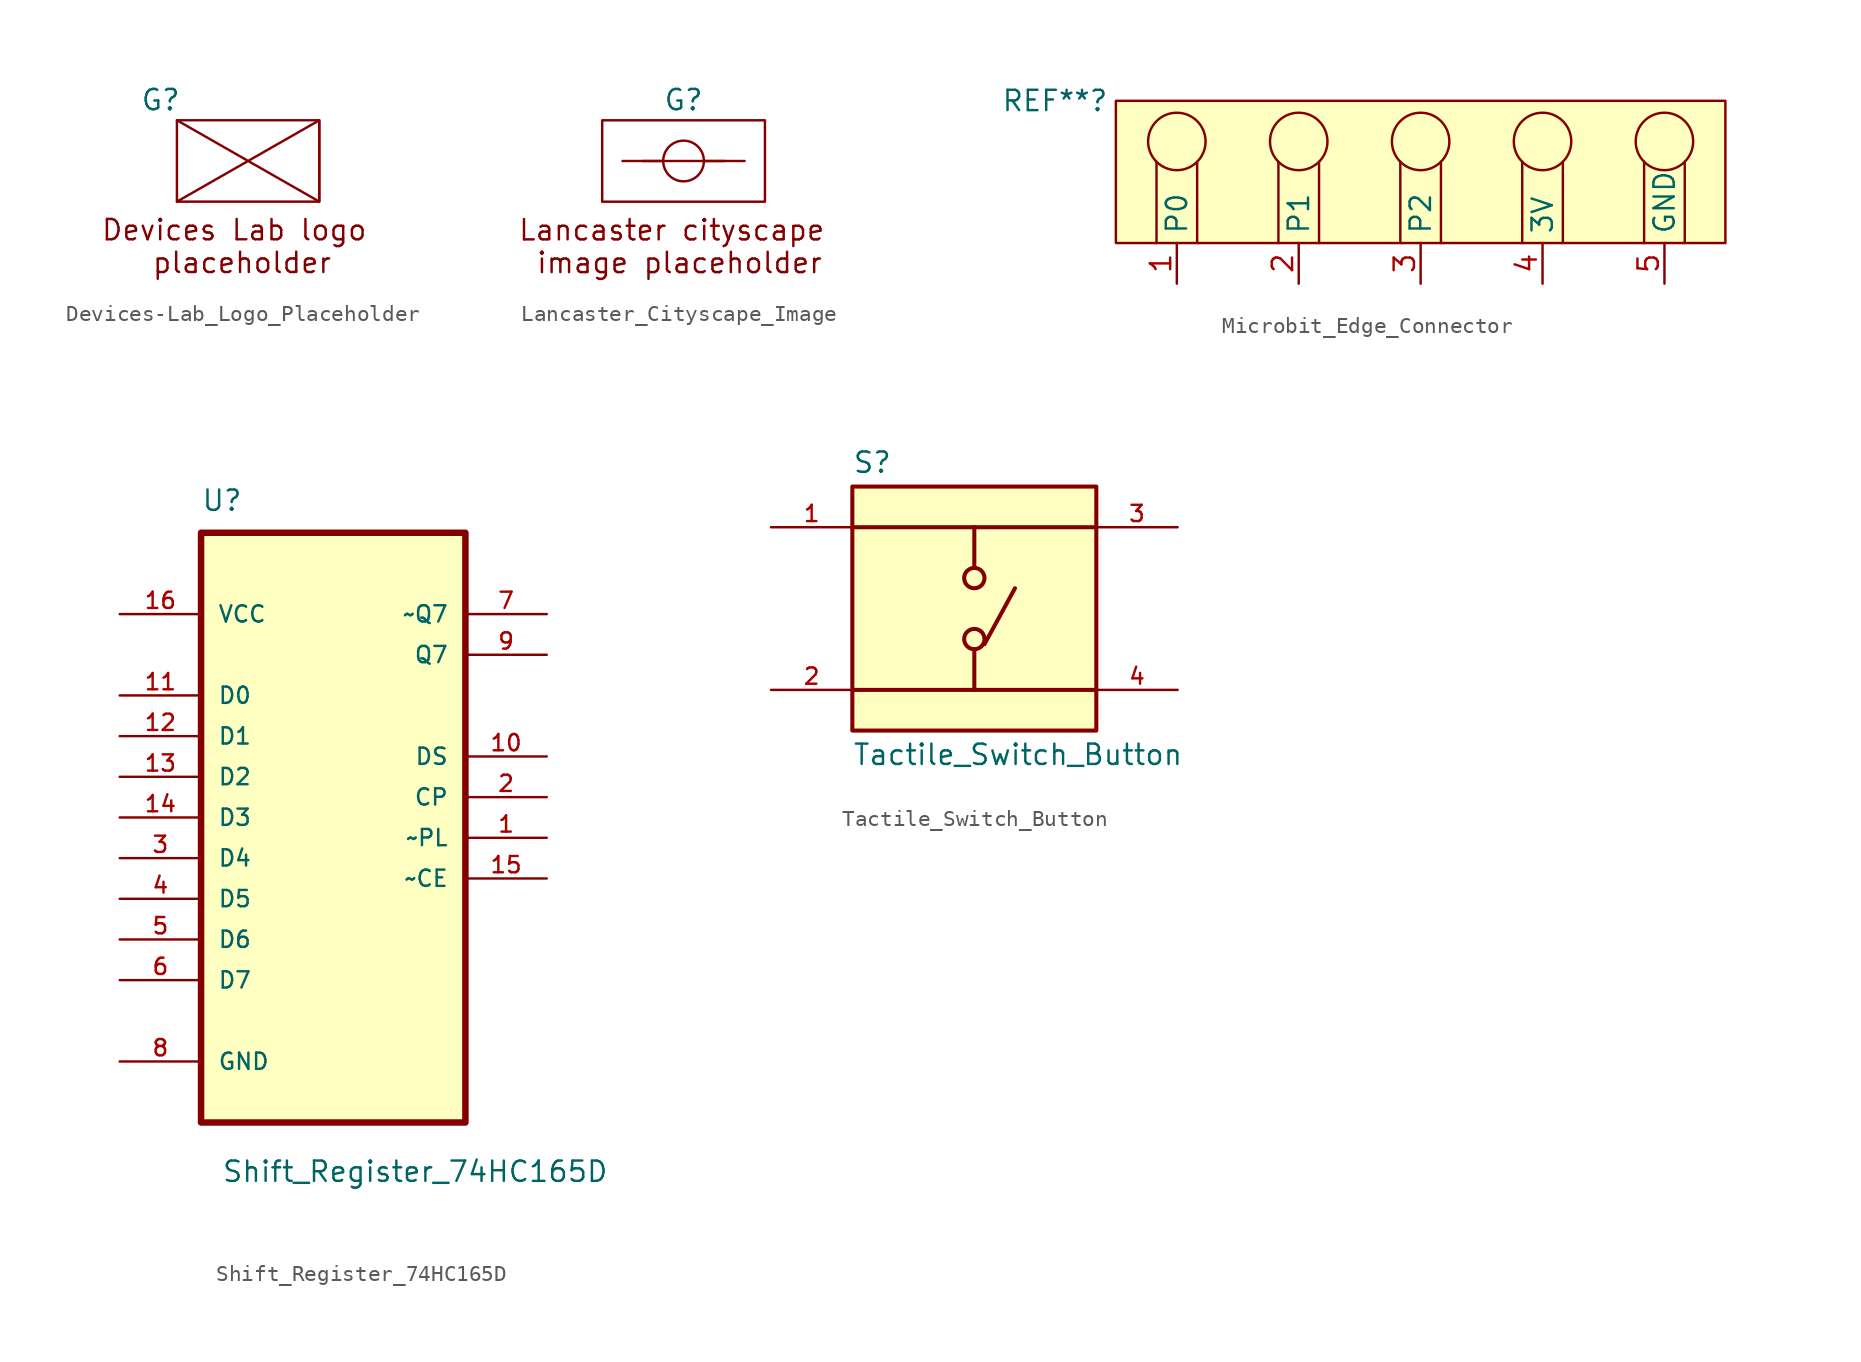
<source format=kicad_sym>
(kicad_symbol_lib
  (version 20231120)
  (generator "kicad_symbol_editor")
  (generator_version "8.0")
  (symbol "Devices-Lab_Logo_Placeholder"
    (property "Reference" "G"
      (at -4.826 0 0)
      (effects (font (size 1.27 1.27))))
    (property "Value" ""
      (at 0 0 0)
      (effects (font (size 1.27 1.27))))
    (symbol "Devices-Lab_Logo_Placeholder_0_1"
      (rectangle (start -3.81 -1.27) (end 5.08 -6.35) (stroke (width 0) (type default)) (fill (type none)))
      (polyline (pts (xy -3.81 -1.27) (xy 5.08 -6.35) (xy 5.08 -1.27) (xy -3.81 -6.35)) (stroke (width 0) (type default)) (fill (type none))))
    (symbol "Devices-Lab_Logo_Placeholder_1_1"
      (text "Devices Lab logo \nplaceholder" (at 0.254 -9.144 0) (effects (font (size 1.27 1.27))))))
  (symbol "Lancaster_Cityscape_Image"
    (property "Reference" "G"
      (at 0 0 0)
      (effects (font (size 1.27 1.27))))
    (property "Value" ""
      (at 0 0 0)
      (effects (font (size 1.27 1.27))))
    (symbol "Lancaster_Cityscape_Image_0_1"
      (rectangle (start -5.08 -1.27) (end 5.08 -6.35) (stroke (width 0) (type default)) (fill (type none))))
    (symbol "Lancaster_Cityscape_Image_1_1"
      (circle (center 0 -3.81) (radius 1.27) (stroke (width 0) (type default)) (fill (type none)))
      (polyline (pts (xy -1.27 -3.81) (xy -2.54 -3.81)) (stroke (width 0) (type default)) (fill (type none)))
      (polyline (pts (xy 2.54 -3.81) (xy 1.27 -3.81)) (stroke (width 0) (type default)) (fill (type none)))
      (polyline (pts (xy -2.54 -3.81) (xy -3.81 -3.81) (xy 2.54 -3.81) (xy 3.81 -3.81)) (stroke (width 0) (type default)) (fill (type none)))
      (text "Lancaster cityscape \nimage placeholder" (at -0.254 -9.144 0) (effects (font (size 1.27 1.27))))))
  (symbol "Microbit_Edge_Connector"
    (property "Reference" "REF**"
      (at -22.86 5.08 0)
      (effects (font (size 1.27 1.27))))
    (property "Value" ""
      (at 0 1.27 0)
      (effects (font (size 1.27 1.27))))
    (symbol "Microbit_Edge_Connector_0_1"
      (circle (center -15.24 2.54) (radius 1.796) (stroke (width 0) (type default)) (fill (type none)))
      (circle (center -7.62 2.54) (radius 1.796) (stroke (width 0) (type default)) (fill (type none)))
      (polyline (pts (xy -16.51 -3.81) (xy -16.51 1.27)) (stroke (width 0) (type default)) (fill (type none)))
      (polyline (pts (xy -13.97 1.27) (xy -13.97 -3.81)) (stroke (width 0) (type default)) (fill (type none)))
      (polyline (pts (xy -8.89 -3.81) (xy -8.89 1.27)) (stroke (width 0) (type default)) (fill (type none)))
      (polyline (pts (xy -6.35 1.27) (xy -6.35 -3.81)) (stroke (width 0) (type default)) (fill (type none)))
      (polyline (pts (xy -1.27 -3.81) (xy -1.27 1.27)) (stroke (width 0) (type default)) (fill (type none)))
      (polyline (pts (xy 1.27 1.27) (xy 1.27 -3.81)) (stroke (width 0) (type default)) (fill (type none)))
      (polyline (pts (xy 6.35 1.27) (xy 6.35 -3.81)) (stroke (width 0) (type default)) (fill (type none)))
      (polyline (pts (xy 8.89 -3.81) (xy 8.89 1.27)) (stroke (width 0) (type default)) (fill (type none)))
      (polyline (pts (xy 13.97 1.27) (xy 13.97 -3.81)) (stroke (width 0) (type default)) (fill (type none)))
      (polyline (pts (xy 16.51 1.27) (xy 16.51 -3.81)) (stroke (width 0) (type default)) (fill (type none)))
      (circle (center 0 2.54) (radius 1.796) (stroke (width 0) (type default)) (fill (type none)))
      (circle (center 7.62 2.54) (radius 1.796) (stroke (width 0) (type default)) (fill (type none)))
      (circle (center 15.24 2.54) (radius 1.796) (stroke (width 0) (type default)) (fill (type none))))
    (symbol "Microbit_Edge_Connector_1_1"
      (rectangle (start -19.05 5.08) (end 19.05 -3.81) (stroke (width 0) (type solid)) (fill (type background)))
      (pin bidirectional line (at -15.24 -6.35 90) (length 2.54) (name "P0" (effects (font (size 1.27 1.27)))) (number "1" (effects (font (size 1.27 1.27)))))
      (pin bidirectional line (at -7.62 -6.35 90) (length 2.54) (name "P1" (effects (font (size 1.27 1.27)))) (number "2" (effects (font (size 1.27 1.27)))))
      (pin bidirectional line (at 0 -6.35 90) (length 2.54) (name "P2" (effects (font (size 1.27 1.27)))) (number "3" (effects (font (size 1.27 1.27)))))
      (pin power_out line (at 7.62 -6.35 90) (length 2.54) (name "3V" (effects (font (size 1.27 1.27)))) (number "4" (effects (font (size 1.27 1.27)))))
      (pin power_out line (at 15.24 -6.35 90) (length 2.54) (name "GND" (effects (font (size 1.27 1.27)))) (number "5" (effects (font (size 1.27 1.27)))))))
  (symbol "Shift_Register_74HC165D"
    (pin_names
      (offset 1.016))
    (property "Reference" "U"
      (at -12.7 22.86 0)
      (effects (font (size 1.27 1.27)) (justify left bottom)))
    (property "Value" "Shift_Register_74HC165D"
      (at -11.43 -19.05 0)
      (effects (font (size 1.27 1.27)) (justify left bottom)))
    (symbol "Shift_Register_74HC165D_0_0"
      (rectangle (start -12.7 21.59) (end 3.81 -15.24) (stroke (width 0.406) (type default)) (fill (type background)))
      (pin input line (at 8.89 2.54 180) (length 5.08) (name "~PL" (effects (font (size 1.016 1.016)))) (number "1" (effects (font (size 1.016 1.016)))))
      (pin input line (at 8.89 7.62 180) (length 5.08) (name "DS" (effects (font (size 1.016 1.016)))) (number "10" (effects (font (size 1.016 1.016)))))
      (pin input line (at -17.78 11.43 0) (length 5.08) (name "D0" (effects (font (size 1.016 1.016)))) (number "11" (effects (font (size 1.016 1.016)))))
      (pin input line (at -17.78 8.89 0) (length 5.08) (name "D1" (effects (font (size 1.016 1.016)))) (number "12" (effects (font (size 1.016 1.016)))))
      (pin input line (at -17.78 6.35 0) (length 5.08) (name "D2" (effects (font (size 1.016 1.016)))) (number "13" (effects (font (size 1.016 1.016)))))
      (pin input line (at -17.78 3.81 0) (length 5.08) (name "D3" (effects (font (size 1.016 1.016)))) (number "14" (effects (font (size 1.016 1.016)))))
      (pin input line (at 8.89 0 180) (length 5.08) (name "~CE" (effects (font (size 1.016 1.016)))) (number "15" (effects (font (size 1.016 1.016)))))
      (pin power_in line (at -17.78 16.51 0) (length 5.08) (name "VCC" (effects (font (size 1.016 1.016)))) (number "16" (effects (font (size 1.016 1.016)))))
      (pin input line (at 8.89 5.08 180) (length 5.08) (name "CP" (effects (font (size 1.016 1.016)))) (number "2" (effects (font (size 1.016 1.016)))))
      (pin input line (at -17.78 1.27 0) (length 5.08) (name "D4" (effects (font (size 1.016 1.016)))) (number "3" (effects (font (size 1.016 1.016)))))
      (pin input line (at -17.78 -1.27 0) (length 5.08) (name "D5" (effects (font (size 1.016 1.016)))) (number "4" (effects (font (size 1.016 1.016)))))
      (pin input line (at -17.78 -3.81 0) (length 5.08) (name "D6" (effects (font (size 1.016 1.016)))) (number "5" (effects (font (size 1.016 1.016)))))
      (pin input line (at -17.78 -6.35 0) (length 5.08) (name "D7" (effects (font (size 1.016 1.016)))) (number "6" (effects (font (size 1.016 1.016)))))
      (pin output line (at 8.89 16.51 180) (length 5.08) (name "~Q7" (effects (font (size 1.016 1.016)))) (number "7" (effects (font (size 1.016 1.016)))))
      (pin passive line (at -17.78 -11.43 0) (length 5.08) (name "GND" (effects (font (size 1.016 1.016)))) (number "8" (effects (font (size 1.016 1.016)))))
      (pin output line (at 8.89 13.97 180) (length 5.08) (name "Q7" (effects (font (size 1.016 1.016)))) (number "9" (effects (font (size 1.016 1.016)))))))
  (symbol "Tactile_Switch_Button"
    (pin_names
      (offset 1.016))
    (property "Reference" "S"
      (at -7.62 8.382 0)
      (effects (font (size 1.27 1.27)) (justify left bottom)))
    (property "Value" "Tactile_Switch_Button"
      (at -7.62 -8.382 0)
      (effects (font (size 1.27 1.27)) (justify left top)))
    (symbol "Tactile_Switch_Button_0_0"
      (rectangle (start -7.62 -7.62) (end 7.62 7.62) (stroke (width 0.254) (type default)) (fill (type background)))
      (circle (center 0 -1.905) (radius 0.635) (stroke (width 0.254) (type default)) (fill (type none)))
      (polyline (pts (xy 0 -5.08) (xy -7.62 -5.08)) (stroke (width 0.254) (type default)) (fill (type none)))
      (polyline (pts (xy 0 -5.08) (xy 7.62 -5.08)) (stroke (width 0.254) (type default)) (fill (type none)))
      (polyline (pts (xy 0 -2.54) (xy 0 -5.08)) (stroke (width 0.254) (type default)) (fill (type none)))
      (polyline (pts (xy 0 5.08) (xy -7.62 5.08)) (stroke (width 0.254) (type default)) (fill (type none)))
      (polyline (pts (xy 0 5.08) (xy 0 2.54)) (stroke (width 0.254) (type default)) (fill (type none)))
      (polyline (pts (xy 0 5.08) (xy 7.62 5.08)) (stroke (width 0.254) (type default)) (fill (type none)))
      (polyline (pts (xy 0.635 -2.223) (xy 2.54 1.27)) (stroke (width 0.254) (type default)) (fill (type none)))
      (circle (center 0 1.905) (radius 0.635) (stroke (width 0.254) (type default)) (fill (type none)))
      (pin passive line (at -12.7 5.08 0) (length 5.08) (name "~" (effects (font (size 1.016 1.016)))) (number "1" (effects (font (size 1.016 1.016)))))
      (pin passive line (at -12.7 -5.08 0) (length 5.08) (name "~" (effects (font (size 1.016 1.016)))) (number "2" (effects (font (size 1.016 1.016)))))
      (pin passive line (at 12.7 5.08 180) (length 5.08) (name "~" (effects (font (size 1.016 1.016)))) (number "3" (effects (font (size 1.016 1.016)))))
      (pin passive line (at 12.7 -5.08 180) (length 5.08) (name "~" (effects (font (size 1.016 1.016)))) (number "4" (effects (font (size 1.016 1.016))))))))
</source>
